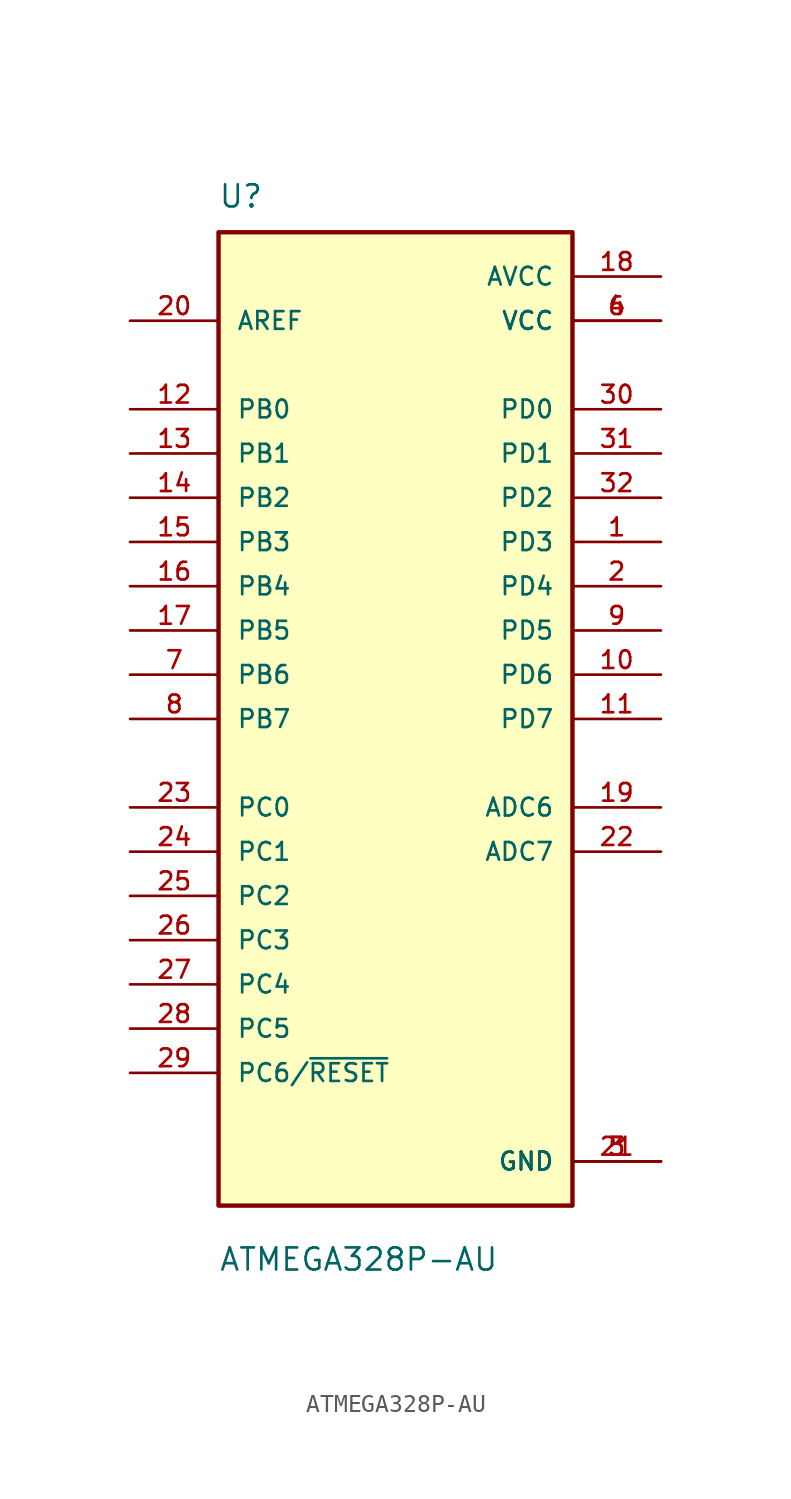
<source format=kicad_sym>
(kicad_symbol_lib
  (version 20231120)
  (generator "kicad_symbol_editor")
  (generator_version "8.0")
  (symbol "ATMEGA328P-AU"
    (pin_names
      (offset 1.016))
    (property "Reference" "U"
      (at -10.185 29.261 0)
      (effects (font (size 1.27 1.27)) (justify left bottom)))
    (property "Value" "ATMEGA328P-AU"
      (at -10.16 -31.775 0)
      (effects (font (size 1.27 1.27)) (justify left bottom)))
    (property "ki_locked" ""
      (at 0 0 0)
      (effects (font (size 1.27 1.27))))
    (symbol "ATMEGA328P-AU_0_0"
      (rectangle (start -10.16 -27.94) (end 10.16 27.94) (stroke (width 0.254) (type solid)) (fill (type background)))
      (pin bidirectional line (at 15.24 10.16 180) (length 5.08) (name "PD3" (effects (font (size 1.016 1.016)))) (number "1" (effects (font (size 1.016 1.016)))))
      (pin bidirectional line (at 15.24 2.54 180) (length 5.08) (name "PD6" (effects (font (size 1.016 1.016)))) (number "10" (effects (font (size 1.016 1.016)))))
      (pin bidirectional line (at 15.24 0 180) (length 5.08) (name "PD7" (effects (font (size 1.016 1.016)))) (number "11" (effects (font (size 1.016 1.016)))))
      (pin bidirectional line (at -15.24 17.78 0) (length 5.08) (name "PB0" (effects (font (size 1.016 1.016)))) (number "12" (effects (font (size 1.016 1.016)))))
      (pin bidirectional line (at -15.24 15.24 0) (length 5.08) (name "PB1" (effects (font (size 1.016 1.016)))) (number "13" (effects (font (size 1.016 1.016)))))
      (pin bidirectional line (at -15.24 12.7 0) (length 5.08) (name "PB2" (effects (font (size 1.016 1.016)))) (number "14" (effects (font (size 1.016 1.016)))))
      (pin bidirectional line (at -15.24 10.16 0) (length 5.08) (name "PB3" (effects (font (size 1.016 1.016)))) (number "15" (effects (font (size 1.016 1.016)))))
      (pin bidirectional line (at -15.24 7.62 0) (length 5.08) (name "PB4" (effects (font (size 1.016 1.016)))) (number "16" (effects (font (size 1.016 1.016)))))
      (pin bidirectional line (at -15.24 5.08 0) (length 5.08) (name "PB5" (effects (font (size 1.016 1.016)))) (number "17" (effects (font (size 1.016 1.016)))))
      (pin power_in line (at 15.24 25.4 180) (length 5.08) (name "AVCC" (effects (font (size 1.016 1.016)))) (number "18" (effects (font (size 1.016 1.016)))))
      (pin bidirectional line (at 15.24 -5.08 180) (length 5.08) (name "ADC6" (effects (font (size 1.016 1.016)))) (number "19" (effects (font (size 1.016 1.016)))))
      (pin bidirectional line (at 15.24 7.62 180) (length 5.08) (name "PD4" (effects (font (size 1.016 1.016)))) (number "2" (effects (font (size 1.016 1.016)))))
      (pin input line (at -15.24 22.86 0) (length 5.08) (name "AREF" (effects (font (size 1.016 1.016)))) (number "20" (effects (font (size 1.016 1.016)))))
      (pin power_in line (at 15.24 -25.4 180) (length 5.08) (name "GND" (effects (font (size 1.016 1.016)))) (number "21" (effects (font (size 1.016 1.016)))))
      (pin bidirectional line (at 15.24 -7.62 180) (length 5.08) (name "ADC7" (effects (font (size 1.016 1.016)))) (number "22" (effects (font (size 1.016 1.016)))))
      (pin bidirectional line (at -15.24 -5.08 0) (length 5.08) (name "PC0" (effects (font (size 1.016 1.016)))) (number "23" (effects (font (size 1.016 1.016)))))
      (pin bidirectional line (at -15.24 -7.62 0) (length 5.08) (name "PC1" (effects (font (size 1.016 1.016)))) (number "24" (effects (font (size 1.016 1.016)))))
      (pin bidirectional line (at -15.24 -10.16 0) (length 5.08) (name "PC2" (effects (font (size 1.016 1.016)))) (number "25" (effects (font (size 1.016 1.016)))))
      (pin bidirectional line (at -15.24 -12.7 0) (length 5.08) (name "PC3" (effects (font (size 1.016 1.016)))) (number "26" (effects (font (size 1.016 1.016)))))
      (pin bidirectional line (at -15.24 -15.24 0) (length 5.08) (name "PC4" (effects (font (size 1.016 1.016)))) (number "27" (effects (font (size 1.016 1.016)))))
      (pin bidirectional line (at -15.24 -17.78 0) (length 5.08) (name "PC5" (effects (font (size 1.016 1.016)))) (number "28" (effects (font (size 1.016 1.016)))))
      (pin bidirectional line (at -15.24 -20.32 0) (length 5.08) (name "PC6/~{RESET}" (effects (font (size 1.016 1.016)))) (number "29" (effects (font (size 1.016 1.016)))))
      (pin power_in line (at 15.24 -25.4 180) (length 5.08) (name "GND" (effects (font (size 1.016 1.016)))) (number "3" (effects (font (size 1.016 1.016)))))
      (pin bidirectional line (at 15.24 17.78 180) (length 5.08) (name "PD0" (effects (font (size 1.016 1.016)))) (number "30" (effects (font (size 1.016 1.016)))))
      (pin bidirectional line (at 15.24 15.24 180) (length 5.08) (name "PD1" (effects (font (size 1.016 1.016)))) (number "31" (effects (font (size 1.016 1.016)))))
      (pin bidirectional line (at 15.24 12.7 180) (length 5.08) (name "PD2" (effects (font (size 1.016 1.016)))) (number "32" (effects (font (size 1.016 1.016)))))
      (pin power_in line (at 15.24 22.86 180) (length 5.08) (name "VCC" (effects (font (size 1.016 1.016)))) (number "4" (effects (font (size 1.016 1.016)))))
      (pin power_in line (at 15.24 -25.4 180) (length 5.08) (name "GND" (effects (font (size 1.016 1.016)))) (number "5" (effects (font (size 1.016 1.016)))))
      (pin power_in line (at 15.24 22.86 180) (length 5.08) (name "VCC" (effects (font (size 1.016 1.016)))) (number "6" (effects (font (size 1.016 1.016)))))
      (pin bidirectional line (at -15.24 2.54 0) (length 5.08) (name "PB6" (effects (font (size 1.016 1.016)))) (number "7" (effects (font (size 1.016 1.016)))))
      (pin bidirectional line (at -15.24 0 0) (length 5.08) (name "PB7" (effects (font (size 1.016 1.016)))) (number "8" (effects (font (size 1.016 1.016)))))
      (pin bidirectional line (at 15.24 5.08 180) (length 5.08) (name "PD5" (effects (font (size 1.016 1.016)))) (number "9" (effects (font (size 1.016 1.016))))))))
</source>
